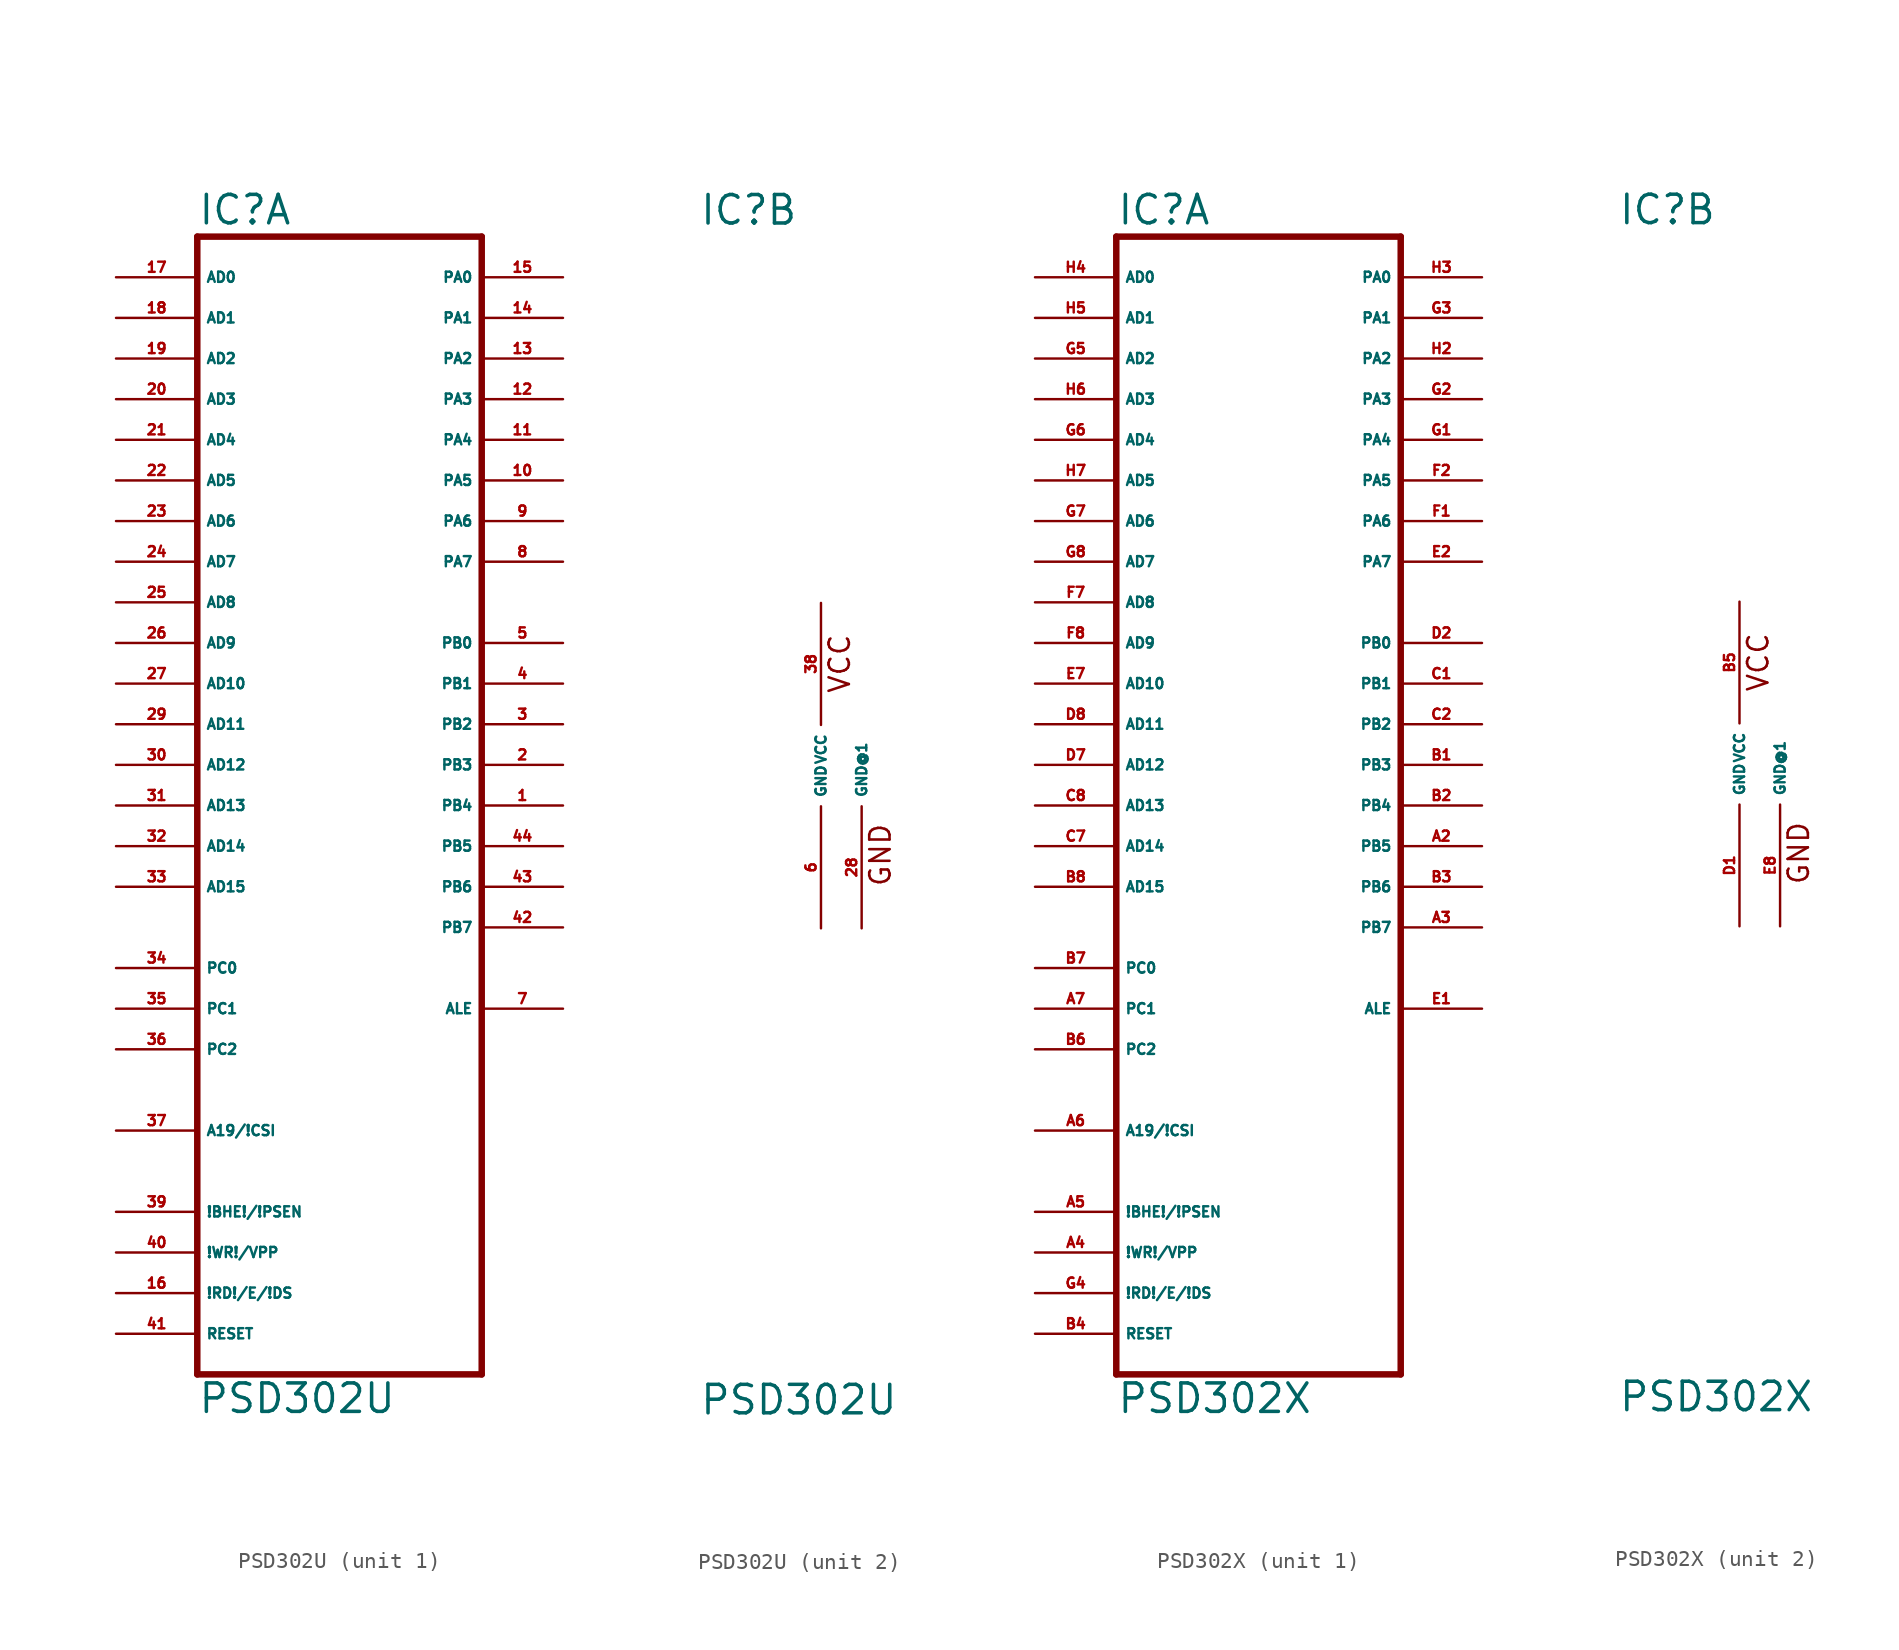
<source format=kicad_sym>
(kicad_symbol_lib
  (version 20220914)
  (generator Eagle2Kicad)
  (symbol "PSD302U"
    (property "Reference" "IC"
      (at -7.62 33.655 0)
      (effects (font (size 1.778 1.778) (thickness 0.22)) (justify left bottom)))
    (property "Value" "PSD302U"
      (at -7.62 -40.64 0)
      (effects (font (size 1.778 1.778) (thickness 0.22)) (justify left bottom)))
    (symbol "PSD302U_1_0"
      (polyline (pts (xy -7.62 -38.1) (xy 10.16 -38.1)) (stroke (width 0.406) (type default)) (fill (type none)))
      (polyline (pts (xy 10.16 -38.1) (xy 10.16 33.02)) (stroke (width 0.406) (type default)) (fill (type none)))
      (polyline (pts (xy 10.16 33.02) (xy -7.62 33.02)) (stroke (width 0.406) (type default)) (fill (type none)))
      (polyline (pts (xy -7.62 33.02) (xy -7.62 -38.1)) (stroke (width 0.406) (type default)) (fill (type none)))
      (pin input line (at -12.7 30.48 0) (length 5.08) (name "AD0" (effects (font (size 0.635 0.635) (thickness 0.08)) (justify left bottom))) (number "17" (effects (font (size 0.635 0.635) (thickness 0.08)) (justify left bottom))))
      (pin input line (at -12.7 27.94 0) (length 5.08) (name "AD1" (effects (font (size 0.635 0.635) (thickness 0.08)) (justify left bottom))) (number "18" (effects (font (size 0.635 0.635) (thickness 0.08)) (justify left bottom))))
      (pin input line (at -12.7 25.4 0) (length 5.08) (name "AD2" (effects (font (size 0.635 0.635) (thickness 0.08)) (justify left bottom))) (number "19" (effects (font (size 0.635 0.635) (thickness 0.08)) (justify left bottom))))
      (pin input line (at -12.7 22.86 0) (length 5.08) (name "AD3" (effects (font (size 0.635 0.635) (thickness 0.08)) (justify left bottom))) (number "20" (effects (font (size 0.635 0.635) (thickness 0.08)) (justify left bottom))))
      (pin input line (at -12.7 20.32 0) (length 5.08) (name "AD4" (effects (font (size 0.635 0.635) (thickness 0.08)) (justify left bottom))) (number "21" (effects (font (size 0.635 0.635) (thickness 0.08)) (justify left bottom))))
      (pin input line (at -12.7 17.78 0) (length 5.08) (name "AD5" (effects (font (size 0.635 0.635) (thickness 0.08)) (justify left bottom))) (number "22" (effects (font (size 0.635 0.635) (thickness 0.08)) (justify left bottom))))
      (pin input line (at -12.7 15.24 0) (length 5.08) (name "AD6" (effects (font (size 0.635 0.635) (thickness 0.08)) (justify left bottom))) (number "23" (effects (font (size 0.635 0.635) (thickness 0.08)) (justify left bottom))))
      (pin input line (at -12.7 12.7 0) (length 5.08) (name "AD7" (effects (font (size 0.635 0.635) (thickness 0.08)) (justify left bottom))) (number "24" (effects (font (size 0.635 0.635) (thickness 0.08)) (justify left bottom))))
      (pin input line (at -12.7 10.16 0) (length 5.08) (name "AD8" (effects (font (size 0.635 0.635) (thickness 0.08)) (justify left bottom))) (number "25" (effects (font (size 0.635 0.635) (thickness 0.08)) (justify left bottom))))
      (pin input line (at -12.7 7.62 0) (length 5.08) (name "AD9" (effects (font (size 0.635 0.635) (thickness 0.08)) (justify left bottom))) (number "26" (effects (font (size 0.635 0.635) (thickness 0.08)) (justify left bottom))))
      (pin input line (at -12.7 5.08 0) (length 5.08) (name "AD10" (effects (font (size 0.635 0.635) (thickness 0.08)) (justify left bottom))) (number "27" (effects (font (size 0.635 0.635) (thickness 0.08)) (justify left bottom))))
      (pin input line (at -12.7 2.54 0) (length 5.08) (name "AD11" (effects (font (size 0.635 0.635) (thickness 0.08)) (justify left bottom))) (number "29" (effects (font (size 0.635 0.635) (thickness 0.08)) (justify left bottom))))
      (pin input line (at -12.7 0 0) (length 5.08) (name "AD12" (effects (font (size 0.635 0.635) (thickness 0.08)) (justify left bottom))) (number "30" (effects (font (size 0.635 0.635) (thickness 0.08)) (justify left bottom))))
      (pin input line (at -12.7 -2.54 0) (length 5.08) (name "AD13" (effects (font (size 0.635 0.635) (thickness 0.08)) (justify left bottom))) (number "31" (effects (font (size 0.635 0.635) (thickness 0.08)) (justify left bottom))))
      (pin input line (at -12.7 -5.08 0) (length 5.08) (name "AD14" (effects (font (size 0.635 0.635) (thickness 0.08)) (justify left bottom))) (number "32" (effects (font (size 0.635 0.635) (thickness 0.08)) (justify left bottom))))
      (pin input line (at -12.7 -7.62 0) (length 5.08) (name "AD15" (effects (font (size 0.635 0.635) (thickness 0.08)) (justify left bottom))) (number "33" (effects (font (size 0.635 0.635) (thickness 0.08)) (justify left bottom))))
      (pin input line (at -12.7 -12.7 0) (length 5.08) (name "PC0" (effects (font (size 0.635 0.635) (thickness 0.08)) (justify left bottom))) (number "34" (effects (font (size 0.635 0.635) (thickness 0.08)) (justify left bottom))))
      (pin input line (at -12.7 -15.24 0) (length 5.08) (name "PC1" (effects (font (size 0.635 0.635) (thickness 0.08)) (justify left bottom))) (number "35" (effects (font (size 0.635 0.635) (thickness 0.08)) (justify left bottom))))
      (pin input line (at -12.7 -17.78 0) (length 5.08) (name "PC2" (effects (font (size 0.635 0.635) (thickness 0.08)) (justify left bottom))) (number "36" (effects (font (size 0.635 0.635) (thickness 0.08)) (justify left bottom))))
      (pin input line (at -12.7 -22.86 0) (length 5.08) (name "A19/!CSI" (effects (font (size 0.635 0.635) (thickness 0.08)) (justify left bottom))) (number "37" (effects (font (size 0.635 0.635) (thickness 0.08)) (justify left bottom))))
      (pin bidirectional line (at 15.24 30.48 180) (length 5.08) (name "PA0" (effects (font (size 0.635 0.635) (thickness 0.08)) (justify left bottom))) (number "15" (effects (font (size 0.635 0.635) (thickness 0.08)) (justify left bottom))))
      (pin bidirectional line (at 15.24 27.94 180) (length 5.08) (name "PA1" (effects (font (size 0.635 0.635) (thickness 0.08)) (justify left bottom))) (number "14" (effects (font (size 0.635 0.635) (thickness 0.08)) (justify left bottom))))
      (pin bidirectional line (at 15.24 25.4 180) (length 5.08) (name "PA2" (effects (font (size 0.635 0.635) (thickness 0.08)) (justify left bottom))) (number "13" (effects (font (size 0.635 0.635) (thickness 0.08)) (justify left bottom))))
      (pin bidirectional line (at 15.24 22.86 180) (length 5.08) (name "PA3" (effects (font (size 0.635 0.635) (thickness 0.08)) (justify left bottom))) (number "12" (effects (font (size 0.635 0.635) (thickness 0.08)) (justify left bottom))))
      (pin bidirectional line (at 15.24 20.32 180) (length 5.08) (name "PA4" (effects (font (size 0.635 0.635) (thickness 0.08)) (justify left bottom))) (number "11" (effects (font (size 0.635 0.635) (thickness 0.08)) (justify left bottom))))
      (pin bidirectional line (at 15.24 17.78 180) (length 5.08) (name "PA5" (effects (font (size 0.635 0.635) (thickness 0.08)) (justify left bottom))) (number "10" (effects (font (size 0.635 0.635) (thickness 0.08)) (justify left bottom))))
      (pin bidirectional line (at 15.24 15.24 180) (length 5.08) (name "PA6" (effects (font (size 0.635 0.635) (thickness 0.08)) (justify left bottom))) (number "9" (effects (font (size 0.635 0.635) (thickness 0.08)) (justify left bottom))))
      (pin bidirectional line (at 15.24 12.7 180) (length 5.08) (name "PA7" (effects (font (size 0.635 0.635) (thickness 0.08)) (justify left bottom))) (number "8" (effects (font (size 0.635 0.635) (thickness 0.08)) (justify left bottom))))
      (pin output line (at 15.24 7.62 180) (length 5.08) (name "PB0" (effects (font (size 0.635 0.635) (thickness 0.08)) (justify left bottom))) (number "5" (effects (font (size 0.635 0.635) (thickness 0.08)) (justify left bottom))))
      (pin output line (at 15.24 5.08 180) (length 5.08) (name "PB1" (effects (font (size 0.635 0.635) (thickness 0.08)) (justify left bottom))) (number "4" (effects (font (size 0.635 0.635) (thickness 0.08)) (justify left bottom))))
      (pin output line (at 15.24 2.54 180) (length 5.08) (name "PB2" (effects (font (size 0.635 0.635) (thickness 0.08)) (justify left bottom))) (number "3" (effects (font (size 0.635 0.635) (thickness 0.08)) (justify left bottom))))
      (pin output line (at 15.24 0 180) (length 5.08) (name "PB3" (effects (font (size 0.635 0.635) (thickness 0.08)) (justify left bottom))) (number "2" (effects (font (size 0.635 0.635) (thickness 0.08)) (justify left bottom))))
      (pin output line (at 15.24 -2.54 180) (length 5.08) (name "PB4" (effects (font (size 0.635 0.635) (thickness 0.08)) (justify left bottom))) (number "1" (effects (font (size 0.635 0.635) (thickness 0.08)) (justify left bottom))))
      (pin output line (at 15.24 -5.08 180) (length 5.08) (name "PB5" (effects (font (size 0.635 0.635) (thickness 0.08)) (justify left bottom))) (number "44" (effects (font (size 0.635 0.635) (thickness 0.08)) (justify left bottom))))
      (pin output line (at 15.24 -7.62 180) (length 5.08) (name "PB6" (effects (font (size 0.635 0.635) (thickness 0.08)) (justify left bottom))) (number "43" (effects (font (size 0.635 0.635) (thickness 0.08)) (justify left bottom))))
      (pin output line (at 15.24 -10.16 180) (length 5.08) (name "PB7" (effects (font (size 0.635 0.635) (thickness 0.08)) (justify left bottom))) (number "42" (effects (font (size 0.635 0.635) (thickness 0.08)) (justify left bottom))))
      (pin output line (at 15.24 -15.24 180) (length 5.08) (name "ALE" (effects (font (size 0.635 0.635) (thickness 0.08)) (justify left bottom))) (number "7" (effects (font (size 0.635 0.635) (thickness 0.08)) (justify left bottom))))
      (pin input line (at -12.7 -27.94 0) (length 5.08) (name "!BHE!/!PSEN" (effects (font (size 0.635 0.635) (thickness 0.08)) (justify left bottom))) (number "39" (effects (font (size 0.635 0.635) (thickness 0.08)) (justify left bottom))))
      (pin input line (at -12.7 -30.48 0) (length 5.08) (name "!WR!/VPP" (effects (font (size 0.635 0.635) (thickness 0.08)) (justify left bottom))) (number "40" (effects (font (size 0.635 0.635) (thickness 0.08)) (justify left bottom))))
      (pin input line (at -12.7 -33.02 0) (length 5.08) (name "!RD!/E/!DS" (effects (font (size 0.635 0.635) (thickness 0.08)) (justify left bottom))) (number "16" (effects (font (size 0.635 0.635) (thickness 0.08)) (justify left bottom))))
      (pin input line (at -12.7 -35.56 0) (length 5.08) (name "RESET" (effects (font (size 0.635 0.635) (thickness 0.08)) (justify left bottom))) (number "41" (effects (font (size 0.635 0.635) (thickness 0.08)) (justify left bottom)))))
    (symbol "PSD302U_2_0"
      (text "VCC" (at 1.905 4.445 900) (effects (font (size 1.27 1.27) (thickness 0.16)) (justify left bottom)))
      (text "GND" (at 4.445 -7.62 900) (effects (font (size 1.27 1.27) (thickness 0.16)) (justify left bottom)))
      (pin unspecified line (at 0 10.16 270) (length 7.62) (name "VCC" (effects (font (size 0.635 0.635) (thickness 0.08)) (justify left bottom))) (number "38" (effects (font (size 0.635 0.635) (thickness 0.08)) (justify left bottom))))
      (pin unspecified line (at 0 -10.16 90) (length 7.62) (name "GND" (effects (font (size 0.635 0.635) (thickness 0.08)) (justify left bottom))) (number "6" (effects (font (size 0.635 0.635) (thickness 0.08)) (justify left bottom))))
      (pin unspecified line (at 2.54 -10.16 90) (length 7.62) (name "GND@1" (effects (font (size 0.635 0.635) (thickness 0.08)) (justify left bottom))) (number "28" (effects (font (size 0.635 0.635) (thickness 0.08)) (justify left bottom))))))
  (symbol "PSD302X"
    (property "Reference" "IC"
      (at -7.62 33.655 0)
      (effects (font (size 1.778 1.778) (thickness 0.22)) (justify left bottom)))
    (property "Value" "PSD302X"
      (at -7.62 -40.64 0)
      (effects (font (size 1.778 1.778) (thickness 0.22)) (justify left bottom)))
    (symbol "PSD302X_1_0"
      (polyline (pts (xy -7.62 -38.1) (xy 10.16 -38.1)) (stroke (width 0.406) (type default)) (fill (type none)))
      (polyline (pts (xy 10.16 -38.1) (xy 10.16 33.02)) (stroke (width 0.406) (type default)) (fill (type none)))
      (polyline (pts (xy 10.16 33.02) (xy -7.62 33.02)) (stroke (width 0.406) (type default)) (fill (type none)))
      (polyline (pts (xy -7.62 33.02) (xy -7.62 -38.1)) (stroke (width 0.406) (type default)) (fill (type none)))
      (pin input line (at -12.7 30.48 0) (length 5.08) (name "AD0" (effects (font (size 0.635 0.635) (thickness 0.08)) (justify left bottom))) (number "H4" (effects (font (size 0.635 0.635) (thickness 0.08)) (justify left bottom))))
      (pin input line (at -12.7 27.94 0) (length 5.08) (name "AD1" (effects (font (size 0.635 0.635) (thickness 0.08)) (justify left bottom))) (number "H5" (effects (font (size 0.635 0.635) (thickness 0.08)) (justify left bottom))))
      (pin input line (at -12.7 25.4 0) (length 5.08) (name "AD2" (effects (font (size 0.635 0.635) (thickness 0.08)) (justify left bottom))) (number "G5" (effects (font (size 0.635 0.635) (thickness 0.08)) (justify left bottom))))
      (pin input line (at -12.7 22.86 0) (length 5.08) (name "AD3" (effects (font (size 0.635 0.635) (thickness 0.08)) (justify left bottom))) (number "H6" (effects (font (size 0.635 0.635) (thickness 0.08)) (justify left bottom))))
      (pin input line (at -12.7 20.32 0) (length 5.08) (name "AD4" (effects (font (size 0.635 0.635) (thickness 0.08)) (justify left bottom))) (number "G6" (effects (font (size 0.635 0.635) (thickness 0.08)) (justify left bottom))))
      (pin input line (at -12.7 17.78 0) (length 5.08) (name "AD5" (effects (font (size 0.635 0.635) (thickness 0.08)) (justify left bottom))) (number "H7" (effects (font (size 0.635 0.635) (thickness 0.08)) (justify left bottom))))
      (pin input line (at -12.7 15.24 0) (length 5.08) (name "AD6" (effects (font (size 0.635 0.635) (thickness 0.08)) (justify left bottom))) (number "G7" (effects (font (size 0.635 0.635) (thickness 0.08)) (justify left bottom))))
      (pin input line (at -12.7 12.7 0) (length 5.08) (name "AD7" (effects (font (size 0.635 0.635) (thickness 0.08)) (justify left bottom))) (number "G8" (effects (font (size 0.635 0.635) (thickness 0.08)) (justify left bottom))))
      (pin input line (at -12.7 10.16 0) (length 5.08) (name "AD8" (effects (font (size 0.635 0.635) (thickness 0.08)) (justify left bottom))) (number "F7" (effects (font (size 0.635 0.635) (thickness 0.08)) (justify left bottom))))
      (pin input line (at -12.7 7.62 0) (length 5.08) (name "AD9" (effects (font (size 0.635 0.635) (thickness 0.08)) (justify left bottom))) (number "F8" (effects (font (size 0.635 0.635) (thickness 0.08)) (justify left bottom))))
      (pin input line (at -12.7 5.08 0) (length 5.08) (name "AD10" (effects (font (size 0.635 0.635) (thickness 0.08)) (justify left bottom))) (number "E7" (effects (font (size 0.635 0.635) (thickness 0.08)) (justify left bottom))))
      (pin input line (at -12.7 2.54 0) (length 5.08) (name "AD11" (effects (font (size 0.635 0.635) (thickness 0.08)) (justify left bottom))) (number "D8" (effects (font (size 0.635 0.635) (thickness 0.08)) (justify left bottom))))
      (pin input line (at -12.7 0 0) (length 5.08) (name "AD12" (effects (font (size 0.635 0.635) (thickness 0.08)) (justify left bottom))) (number "D7" (effects (font (size 0.635 0.635) (thickness 0.08)) (justify left bottom))))
      (pin input line (at -12.7 -2.54 0) (length 5.08) (name "AD13" (effects (font (size 0.635 0.635) (thickness 0.08)) (justify left bottom))) (number "C8" (effects (font (size 0.635 0.635) (thickness 0.08)) (justify left bottom))))
      (pin input line (at -12.7 -5.08 0) (length 5.08) (name "AD14" (effects (font (size 0.635 0.635) (thickness 0.08)) (justify left bottom))) (number "C7" (effects (font (size 0.635 0.635) (thickness 0.08)) (justify left bottom))))
      (pin input line (at -12.7 -7.62 0) (length 5.08) (name "AD15" (effects (font (size 0.635 0.635) (thickness 0.08)) (justify left bottom))) (number "B8" (effects (font (size 0.635 0.635) (thickness 0.08)) (justify left bottom))))
      (pin input line (at -12.7 -12.7 0) (length 5.08) (name "PC0" (effects (font (size 0.635 0.635) (thickness 0.08)) (justify left bottom))) (number "B7" (effects (font (size 0.635 0.635) (thickness 0.08)) (justify left bottom))))
      (pin input line (at -12.7 -15.24 0) (length 5.08) (name "PC1" (effects (font (size 0.635 0.635) (thickness 0.08)) (justify left bottom))) (number "A7" (effects (font (size 0.635 0.635) (thickness 0.08)) (justify left bottom))))
      (pin input line (at -12.7 -17.78 0) (length 5.08) (name "PC2" (effects (font (size 0.635 0.635) (thickness 0.08)) (justify left bottom))) (number "B6" (effects (font (size 0.635 0.635) (thickness 0.08)) (justify left bottom))))
      (pin input line (at -12.7 -22.86 0) (length 5.08) (name "A19/!CSI" (effects (font (size 0.635 0.635) (thickness 0.08)) (justify left bottom))) (number "A6" (effects (font (size 0.635 0.635) (thickness 0.08)) (justify left bottom))))
      (pin bidirectional line (at 15.24 30.48 180) (length 5.08) (name "PA0" (effects (font (size 0.635 0.635) (thickness 0.08)) (justify left bottom))) (number "H3" (effects (font (size 0.635 0.635) (thickness 0.08)) (justify left bottom))))
      (pin bidirectional line (at 15.24 27.94 180) (length 5.08) (name "PA1" (effects (font (size 0.635 0.635) (thickness 0.08)) (justify left bottom))) (number "G3" (effects (font (size 0.635 0.635) (thickness 0.08)) (justify left bottom))))
      (pin bidirectional line (at 15.24 25.4 180) (length 5.08) (name "PA2" (effects (font (size 0.635 0.635) (thickness 0.08)) (justify left bottom))) (number "H2" (effects (font (size 0.635 0.635) (thickness 0.08)) (justify left bottom))))
      (pin bidirectional line (at 15.24 22.86 180) (length 5.08) (name "PA3" (effects (font (size 0.635 0.635) (thickness 0.08)) (justify left bottom))) (number "G2" (effects (font (size 0.635 0.635) (thickness 0.08)) (justify left bottom))))
      (pin bidirectional line (at 15.24 20.32 180) (length 5.08) (name "PA4" (effects (font (size 0.635 0.635) (thickness 0.08)) (justify left bottom))) (number "G1" (effects (font (size 0.635 0.635) (thickness 0.08)) (justify left bottom))))
      (pin bidirectional line (at 15.24 17.78 180) (length 5.08) (name "PA5" (effects (font (size 0.635 0.635) (thickness 0.08)) (justify left bottom))) (number "F2" (effects (font (size 0.635 0.635) (thickness 0.08)) (justify left bottom))))
      (pin bidirectional line (at 15.24 15.24 180) (length 5.08) (name "PA6" (effects (font (size 0.635 0.635) (thickness 0.08)) (justify left bottom))) (number "F1" (effects (font (size 0.635 0.635) (thickness 0.08)) (justify left bottom))))
      (pin bidirectional line (at 15.24 12.7 180) (length 5.08) (name "PA7" (effects (font (size 0.635 0.635) (thickness 0.08)) (justify left bottom))) (number "E2" (effects (font (size 0.635 0.635) (thickness 0.08)) (justify left bottom))))
      (pin output line (at 15.24 7.62 180) (length 5.08) (name "PB0" (effects (font (size 0.635 0.635) (thickness 0.08)) (justify left bottom))) (number "D2" (effects (font (size 0.635 0.635) (thickness 0.08)) (justify left bottom))))
      (pin output line (at 15.24 5.08 180) (length 5.08) (name "PB1" (effects (font (size 0.635 0.635) (thickness 0.08)) (justify left bottom))) (number "C1" (effects (font (size 0.635 0.635) (thickness 0.08)) (justify left bottom))))
      (pin output line (at 15.24 2.54 180) (length 5.08) (name "PB2" (effects (font (size 0.635 0.635) (thickness 0.08)) (justify left bottom))) (number "C2" (effects (font (size 0.635 0.635) (thickness 0.08)) (justify left bottom))))
      (pin output line (at 15.24 0 180) (length 5.08) (name "PB3" (effects (font (size 0.635 0.635) (thickness 0.08)) (justify left bottom))) (number "B1" (effects (font (size 0.635 0.635) (thickness 0.08)) (justify left bottom))))
      (pin output line (at 15.24 -2.54 180) (length 5.08) (name "PB4" (effects (font (size 0.635 0.635) (thickness 0.08)) (justify left bottom))) (number "B2" (effects (font (size 0.635 0.635) (thickness 0.08)) (justify left bottom))))
      (pin output line (at 15.24 -5.08 180) (length 5.08) (name "PB5" (effects (font (size 0.635 0.635) (thickness 0.08)) (justify left bottom))) (number "A2" (effects (font (size 0.635 0.635) (thickness 0.08)) (justify left bottom))))
      (pin output line (at 15.24 -7.62 180) (length 5.08) (name "PB6" (effects (font (size 0.635 0.635) (thickness 0.08)) (justify left bottom))) (number "B3" (effects (font (size 0.635 0.635) (thickness 0.08)) (justify left bottom))))
      (pin output line (at 15.24 -10.16 180) (length 5.08) (name "PB7" (effects (font (size 0.635 0.635) (thickness 0.08)) (justify left bottom))) (number "A3" (effects (font (size 0.635 0.635) (thickness 0.08)) (justify left bottom))))
      (pin output line (at 15.24 -15.24 180) (length 5.08) (name "ALE" (effects (font (size 0.635 0.635) (thickness 0.08)) (justify left bottom))) (number "E1" (effects (font (size 0.635 0.635) (thickness 0.08)) (justify left bottom))))
      (pin input line (at -12.7 -27.94 0) (length 5.08) (name "!BHE!/!PSEN" (effects (font (size 0.635 0.635) (thickness 0.08)) (justify left bottom))) (number "A5" (effects (font (size 0.635 0.635) (thickness 0.08)) (justify left bottom))))
      (pin input line (at -12.7 -30.48 0) (length 5.08) (name "!WR!/VPP" (effects (font (size 0.635 0.635) (thickness 0.08)) (justify left bottom))) (number "A4" (effects (font (size 0.635 0.635) (thickness 0.08)) (justify left bottom))))
      (pin input line (at -12.7 -33.02 0) (length 5.08) (name "!RD!/E/!DS" (effects (font (size 0.635 0.635) (thickness 0.08)) (justify left bottom))) (number "G4" (effects (font (size 0.635 0.635) (thickness 0.08)) (justify left bottom))))
      (pin input line (at -12.7 -35.56 0) (length 5.08) (name "RESET" (effects (font (size 0.635 0.635) (thickness 0.08)) (justify left bottom))) (number "B4" (effects (font (size 0.635 0.635) (thickness 0.08)) (justify left bottom)))))
    (symbol "PSD302X_2_0"
      (text "VCC" (at 1.905 4.445 900) (effects (font (size 1.27 1.27) (thickness 0.16)) (justify left bottom)))
      (text "GND" (at 4.445 -7.62 900) (effects (font (size 1.27 1.27) (thickness 0.16)) (justify left bottom)))
      (pin unspecified line (at 0 10.16 270) (length 7.62) (name "VCC" (effects (font (size 0.635 0.635) (thickness 0.08)) (justify left bottom))) (number "B5" (effects (font (size 0.635 0.635) (thickness 0.08)) (justify left bottom))))
      (pin unspecified line (at 0 -10.16 90) (length 7.62) (name "GND" (effects (font (size 0.635 0.635) (thickness 0.08)) (justify left bottom))) (number "D1" (effects (font (size 0.635 0.635) (thickness 0.08)) (justify left bottom))))
      (pin unspecified line (at 2.54 -10.16 90) (length 7.62) (name "GND@1" (effects (font (size 0.635 0.635) (thickness 0.08)) (justify left bottom))) (number "E8" (effects (font (size 0.635 0.635) (thickness 0.08)) (justify left bottom)))))))
</source>
